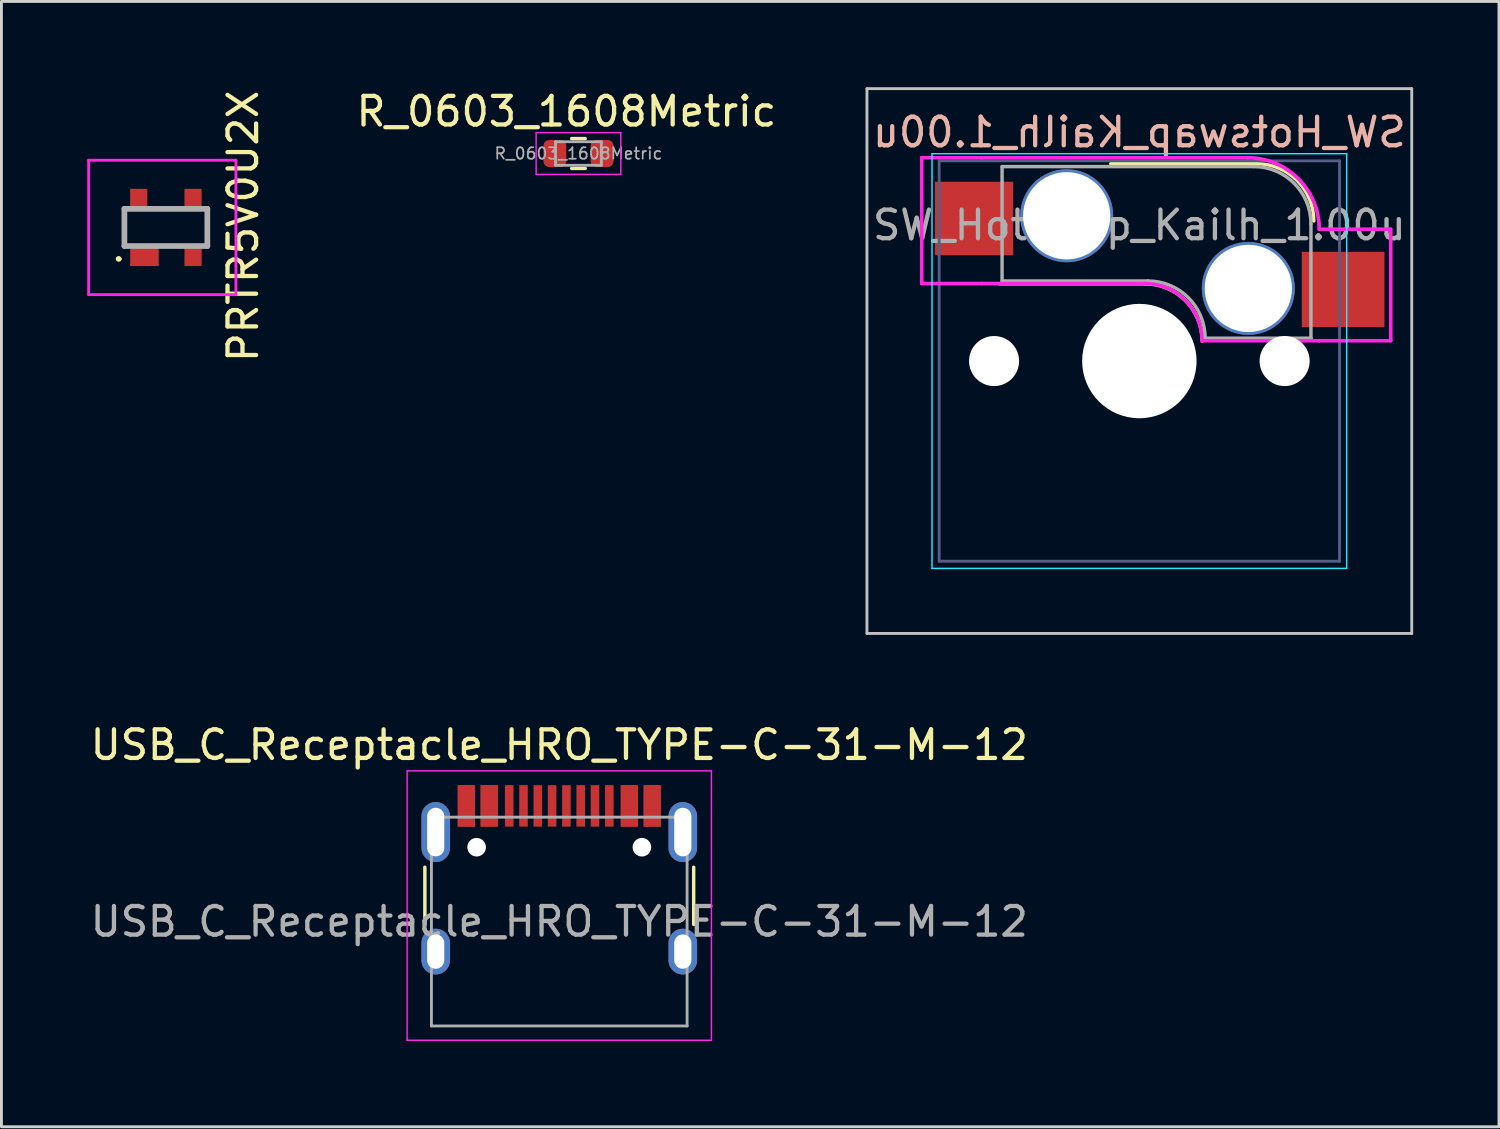
<source format=kicad_pcb>
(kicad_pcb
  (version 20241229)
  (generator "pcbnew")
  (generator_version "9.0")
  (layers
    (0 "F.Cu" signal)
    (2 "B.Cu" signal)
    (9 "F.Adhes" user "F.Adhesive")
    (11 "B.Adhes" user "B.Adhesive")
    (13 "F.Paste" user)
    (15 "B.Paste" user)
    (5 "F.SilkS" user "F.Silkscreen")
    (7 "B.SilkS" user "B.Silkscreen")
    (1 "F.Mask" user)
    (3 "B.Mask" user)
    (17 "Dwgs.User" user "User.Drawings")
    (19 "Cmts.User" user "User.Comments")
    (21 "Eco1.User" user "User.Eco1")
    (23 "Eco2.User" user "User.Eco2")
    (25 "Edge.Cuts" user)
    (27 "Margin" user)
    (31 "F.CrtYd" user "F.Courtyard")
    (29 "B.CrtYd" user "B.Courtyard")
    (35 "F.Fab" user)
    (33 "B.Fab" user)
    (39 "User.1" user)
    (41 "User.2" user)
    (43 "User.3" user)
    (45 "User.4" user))
  (footprint "USB_C_Receptacle_HRO_TYPE-C-31-M-12"
    (layer "F.Cu")
    (at 16.506 29.175)
    (property "Reference" "USB_C_Receptacle_HRO_TYPE-C-31-M-12" (at 0 -6.177 0) (layer "F.SilkS") (effects (font (size 1 1) (thickness 0.15))))
    (attr smd)
    (fp_line (start -4.7 -1.9) (end -4.7 0.1) (stroke (width 0.12) (type solid)) (layer "F.SilkS"))
    (fp_line (start 4.7 -1.9) (end 4.7 0.1) (stroke (width 0.12) (type solid)) (layer "F.SilkS"))
    (fp_line (start -5.32 -5.27) (end -5.32 4.15) (stroke (width 0.05) (type solid)) (layer "F.CrtYd"))
    (fp_line (start -5.32 -5.27) (end 5.32 -5.27) (stroke (width 0.05) (type solid)) (layer "F.CrtYd"))
    (fp_line (start -5.32 4.15) (end 5.32 4.15) (stroke (width 0.05) (type solid)) (layer "F.CrtYd"))
    (fp_line (start 5.32 -5.27) (end 5.32 4.15) (stroke (width 0.05) (type solid)) (layer "F.CrtYd"))
    (fp_line (start -4.47 -3.65) (end -4.47 3.65) (stroke (width 0.1) (type solid)) (layer "F.Fab"))
    (fp_line (start -4.47 -3.65) (end 4.47 -3.65) (stroke (width 0.1) (type solid)) (layer "F.Fab"))
    (fp_line (start -4.47 3.65) (end 4.47 3.65) (stroke (width 0.1) (type solid)) (layer "F.Fab"))
    (fp_line (start 4.47 -3.65) (end 4.47 3.65) (stroke (width 0.1) (type solid)) (layer "F.Fab"))
    (fp_text user "${REFERENCE}" (at 0 0 0) (layer "F.Fab") (effects (font (size 1 1) (thickness 0.15))))
    (pad "" np_thru_hole circle (at -2.89 -2.6) (size 0.65 0.65) (drill 0.65) (layers "*.Cu" "*.Mask"))
    (pad "" np_thru_hole circle (at 2.89 -2.6) (size 0.65 0.65) (drill 0.65) (layers "*.Cu" "*.Mask"))
    (pad "A1" smd rect (at -3.25 -4.045) (size 0.6 1.45) (layers "F.Cu" "F.Mask" "F.Paste"))
    (pad "A4" smd rect (at -2.45 -4.045) (size 0.6 1.45) (layers "F.Cu" "F.Mask" "F.Paste"))
    (pad "A5" smd rect (at -1.25 -4.045) (size 0.3 1.45) (layers "F.Cu" "F.Mask" "F.Paste"))
    (pad "A6" smd rect (at -0.25 -4.045) (size 0.3 1.45) (layers "F.Cu" "F.Mask" "F.Paste"))
    (pad "A7" smd rect (at 0.25 -4.045) (size 0.3 1.45) (layers "F.Cu" "F.Mask" "F.Paste"))
    (pad "A8" smd rect (at 1.25 -4.045) (size 0.3 1.45) (layers "F.Cu" "F.Mask" "F.Paste"))
    (pad "A9" smd rect (at 2.45 -4.045) (size 0.6 1.45) (layers "F.Cu" "F.Mask" "F.Paste"))
    (pad "A12" smd rect (at 3.25 -4.045) (size 0.6 1.45) (layers "F.Cu" "F.Mask" "F.Paste"))
    (pad "B1" smd rect (at 3.25 -4.045) (size 0.6 1.45) (layers "F.Cu" "F.Mask" "F.Paste"))
    (pad "B4" smd rect (at 2.45 -4.045) (size 0.6 1.45) (layers "F.Cu" "F.Mask" "F.Paste"))
    (pad "B5" smd rect (at 1.75 -4.045) (size 0.3 1.45) (layers "F.Cu" "F.Mask" "F.Paste"))
    (pad "B6" smd rect (at 0.75 -4.045) (size 0.3 1.45) (layers "F.Cu" "F.Mask" "F.Paste"))
    (pad "B7" smd rect (at -0.75 -4.045) (size 0.3 1.45) (layers "F.Cu" "F.Mask" "F.Paste"))
    (pad "B8" smd rect (at -1.75 -4.045) (size 0.3 1.45) (layers "F.Cu" "F.Mask" "F.Paste"))
    (pad "B9" smd rect (at -2.45 -4.045) (size 0.6 1.45) (layers "F.Cu" "F.Mask" "F.Paste"))
    (pad "B12" smd rect (at -3.25 -4.045) (size 0.6 1.45) (layers "F.Cu" "F.Mask" "F.Paste"))
    (pad "S1" thru_hole oval (at -4.32 -3.13) (size 1 2.1) (drill oval 0.6 1.7) (layers "*.Cu" "*.Mask"))
    (pad "S1" thru_hole oval (at -4.32 1.05) (size 1 1.6) (drill oval 0.6 1.2) (layers "*.Cu" "*.Mask"))
    (pad "S1" thru_hole oval (at 4.32 -3.13) (size 1 2.1) (drill oval 0.6 1.7) (layers "*.Cu" "*.Mask"))
    (pad "S1" thru_hole oval (at 4.32 1.05) (size 1 1.6) (drill oval 0.6 1.2) (layers "*.Cu" "*.Mask")))
  (footprint "PRTR5V0U2X"
    (layer "F.Cu")
    (at 2.75 4.903)
    (property "Reference" "PRTR5V0U2X" (at 2.7 -0.04 90) (layer "F.SilkS") (effects (font (size 1 1) (thickness 0.15))))
    (attr smd)
    (fp_line (start -1.7 1.1) (end -1.7 1.1) (stroke (width 0.1) (type solid)) (layer "F.SilkS"))
    (fp_line (start -1.6 1.1) (end -1.6 1.1) (stroke (width 0.1) (type solid)) (layer "F.SilkS"))
    (fp_line (start -1.45 -0.65) (end -1.45 0.6) (stroke (width 0.1) (type solid)) (layer "F.SilkS"))
    (fp_line (start 1.45 -0.7) (end 1.45 0.65) (stroke (width 0.1) (type solid)) (layer "F.SilkS"))
    (fp_arc (start -1.7 1.1) (mid -1.65 1.05) (end -1.6 1.1) (stroke (width 0.1) (type solid)) (layer "F.SilkS"))
    (fp_arc (start -1.6 1.1) (mid -1.65 1.15) (end -1.7 1.1) (stroke (width 0.1) (type solid)) (layer "F.SilkS"))
    (fp_line (start -2.7 -2.35) (end 2.45 -2.35) (stroke (width 0.1) (type solid)) (layer "F.CrtYd"))
    (fp_line (start -2.7 2.35) (end -2.7 -2.35) (stroke (width 0.1) (type solid)) (layer "F.CrtYd"))
    (fp_line (start 2.45 -2.35) (end 2.45 2.35) (stroke (width 0.1) (type solid)) (layer "F.CrtYd"))
    (fp_line (start 2.45 2.35) (end -2.7 2.35) (stroke (width 0.1) (type solid)) (layer "F.CrtYd"))
    (fp_line (start -1.45 -0.65) (end 1.45 -0.65) (stroke (width 0.2) (type solid)) (layer "F.Fab"))
    (fp_line (start -1.45 0.65) (end -1.45 -0.65) (stroke (width 0.2) (type solid)) (layer "F.Fab"))
    (fp_line (start 1.45 -0.65) (end 1.45 0.65) (stroke (width 0.2) (type solid)) (layer "F.Fab"))
    (fp_line (start 1.45 0.65) (end -1.45 0.65) (stroke (width 0.2) (type solid)) (layer "F.Fab"))
    (pad "1" smd rect (at -0.75 1 90) (size 0.7 1) (layers "F.Cu" "F.Mask" "F.Paste"))
    (pad "2" smd rect (at 0.95 1) (size 0.6 0.7) (layers "F.Cu" "F.Mask" "F.Paste"))
    (pad "3" smd rect (at 0.95 -1) (size 0.6 0.7) (layers "F.Cu" "F.Mask" "F.Paste"))
    (pad "4" smd rect (at -0.95 -1) (size 0.6 0.7) (layers "F.Cu" "F.Mask" "F.Paste")))
  (footprint "R_0603_1608Metric"
    (layer "F.Cu")
    (at 17.177 2.318)
    (property "Reference" "R_0603_1608Metric" (at -0.42 -1.47 0) (layer "F.SilkS") (effects (font (size 1 1) (thickness 0.15))))
    (attr smd)
    (fp_line (start -0.237 -0.522) (end 0.237 -0.522) (stroke (width 0.12) (type solid)) (layer "F.SilkS"))
    (fp_line (start -0.237 0.522) (end 0.237 0.522) (stroke (width 0.12) (type solid)) (layer "F.SilkS"))
    (fp_line (start -1.48 -0.73) (end 1.48 -0.73) (stroke (width 0.05) (type solid)) (layer "F.CrtYd"))
    (fp_line (start -1.48 0.73) (end -1.48 -0.73) (stroke (width 0.05) (type solid)) (layer "F.CrtYd"))
    (fp_line (start 1.48 -0.73) (end 1.48 0.73) (stroke (width 0.05) (type solid)) (layer "F.CrtYd"))
    (fp_line (start 1.48 0.73) (end -1.48 0.73) (stroke (width 0.05) (type solid)) (layer "F.CrtYd"))
    (fp_line (start -0.8 -0.412) (end 0.8 -0.412) (stroke (width 0.1) (type solid)) (layer "F.Fab"))
    (fp_line (start -0.8 0.412) (end -0.8 -0.412) (stroke (width 0.1) (type solid)) (layer "F.Fab"))
    (fp_line (start 0.8 -0.412) (end 0.8 0.412) (stroke (width 0.1) (type solid)) (layer "F.Fab"))
    (fp_line (start 0.8 0.412) (end -0.8 0.412) (stroke (width 0.1) (type solid)) (layer "F.Fab"))
    (fp_text user "${REFERENCE}" (at 0 0 0) (layer "F.Fab") (effects (font (size 0.4 0.4) (thickness 0.06))))
    (pad "1" smd roundrect (at -0.825 0) (size 0.8 0.95) (layers "F.Cu" "F.Mask" "F.Paste") (roundrect_rratio 0.25))
    (pad "2" smd roundrect (at 0.825 0) (size 0.8 0.95) (layers "F.Cu" "F.Mask" "F.Paste") (roundrect_rratio 0.25)))
  (footprint "SW_Hotswap_Kailh_1.00u"
    (layer "F.Cu")
    (at 36.79 9.575)
    (property "Reference" "SW_Hotswap_Kailh_1.00u" (at 0 -8 0) (layer "B.SilkS") (effects (font (size 1 1) (thickness 0.15)) (justify mirror)))
    (attr smd)
    (fp_line (start 0.2 -2.7) (end -4.9 -2.7) (stroke (width 0.12) (type solid)) (layer "F.SilkS"))
    (fp_line (start 4.1 -6.9) (end -1 -6.9) (stroke (width 0.12) (type solid)) (layer "F.SilkS"))
    (fp_arc (start 0.2 -2.7) (mid 1.614214 -2.114214) (end 2.2 -0.7) (stroke (width 0.12) (type solid)) (layer "F.SilkS"))
    (fp_arc (start 4.1 -6.9) (mid 5.514214 -6.314214) (end 6.1 -4.9) (stroke (width 0.12) (type solid)) (layer "F.SilkS"))
    (fp_line (start -9.525 -9.525) (end 9.525 -9.525) (stroke (width 0.1) (type solid)) (layer "Dwgs.User"))
    (fp_line (start -9.525 9.525) (end -9.525 -9.525) (stroke (width 0.1) (type solid)) (layer "Dwgs.User"))
    (fp_line (start 9.525 -9.525) (end 9.525 9.525) (stroke (width 0.1) (type solid)) (layer "Dwgs.User"))
    (fp_line (start 9.525 9.525) (end -9.525 9.525) (stroke (width 0.1) (type solid)) (layer "Dwgs.User"))
    (fp_line (start -7.25 -7.25) (end 7.25 -7.25) (stroke (width 0.05) (type solid)) (layer "B.CrtYd"))
    (fp_line (start -7.25 7.25) (end -7.25 -7.25) (stroke (width 0.05) (type solid)) (layer "B.CrtYd"))
    (fp_line (start 7.25 -7.25) (end 7.25 7.25) (stroke (width 0.05) (type solid)) (layer "B.CrtYd"))
    (fp_line (start 7.25 7.25) (end -7.25 7.25) (stroke (width 0.05) (type solid)) (layer "B.CrtYd"))
    (fp_line (start -7.61 -7.11) (end -7.61 -2.71) (stroke (width 0.127) (type solid)) (layer "F.CrtYd"))
    (fp_line (start -7.61 -2.71) (end -5.51 -2.71) (stroke (width 0.127) (type solid)) (layer "F.CrtYd"))
    (fp_line (start -5.51 -7.11) (end -7.61 -7.11) (stroke (width 0.127) (type solid)) (layer "F.CrtYd"))
    (fp_line (start -5.51 -7.11) (end 3.79 -7.11) (stroke (width 0.127) (type solid)) (layer "F.CrtYd"))
    (fp_line (start 0.19 -2.71) (end -5.51 -2.71) (stroke (width 0.127) (type solid)) (layer "F.CrtYd"))
    (fp_line (start 6.29 -4.61) (end 8.79 -4.61) (stroke (width 0.127) (type solid)) (layer "F.CrtYd"))
    (fp_line (start 6.29 -0.71) (end 2.19 -0.71) (stroke (width 0.127) (type solid)) (layer "F.CrtYd"))
    (fp_line (start 8.79 -4.61) (end 8.79 -0.71) (stroke (width 0.127) (type solid)) (layer "F.CrtYd"))
    (fp_line (start 8.79 -0.71) (end 6.29 -0.71) (stroke (width 0.127) (type solid)) (layer "F.CrtYd"))
    (fp_arc (start 0.19 -2.71) (mid 1.604214 -2.124214) (end 2.19 -0.71) (stroke (width 0.127) (type solid)) (layer "F.CrtYd"))
    (fp_arc (start 3.79 -7.11) (mid 5.557767 -6.377767) (end 6.29 -4.61) (stroke (width 0.127) (type solid)) (layer "F.CrtYd"))
    (fp_line (start -7 -7) (end 7 -7) (stroke (width 0.1) (type solid)) (layer "B.Fab"))
    (fp_line (start -7 7) (end -7 -7) (stroke (width 0.1) (type solid)) (layer "B.Fab"))
    (fp_line (start 7 -7) (end 7 7) (stroke (width 0.1) (type solid)) (layer "B.Fab"))
    (fp_line (start 7 7) (end -7 7) (stroke (width 0.1) (type solid)) (layer "B.Fab"))
    (fp_line (start -4.8 -6.8) (end -4.8 -2.8) (stroke (width 0.12) (type solid)) (layer "F.Fab"))
    (fp_line (start 0.3 -2.8) (end -4.8 -2.8) (stroke (width 0.12) (type solid)) (layer "F.Fab"))
    (fp_line (start 4 -6.8) (end -4.8 -6.8) (stroke (width 0.12) (type solid)) (layer "F.Fab"))
    (fp_line (start 6 -0.8) (end 2.3 -0.8) (stroke (width 0.12) (type solid)) (layer "F.Fab"))
    (fp_line (start 6 -0.8) (end 6 -4.8) (stroke (width 0.12) (type solid)) (layer "F.Fab"))
    (fp_arc (start 0.3 -2.8) (mid 1.714214 -2.214214) (end 2.3 -0.8) (stroke (width 0.12) (type solid)) (layer "F.Fab"))
    (fp_arc (start 4 -6.8) (mid 5.414214 -6.214214) (end 6 -4.8) (stroke (width 0.12) (type solid)) (layer "F.Fab"))
    (fp_text user "${REFERENCE}" (at 0 -4.75 0) (layer "F.Fab") (effects (font (size 1 1) (thickness 0.15))))
    (pad "" np_thru_hole circle (at -5.08 0 180) (size 1.75 1.75) (drill 1.75) (layers "*.Cu" "*.Mask"))
    (pad "" np_thru_hole circle (at -2.54 -5.08 180) (size 3.25 3.25) (drill 3.05) (layers "*.Cu" "*.Mask"))
    (pad "" np_thru_hole circle (at 0 0 180) (size 4 4) (drill 4) (layers "*.Cu" "*.Mask"))
    (pad "" np_thru_hole circle (at 3.81 -2.54 180) (size 3.25 3.25) (drill 3.05) (layers "*.Cu" "*.Mask"))
    (pad "" np_thru_hole circle (at 5.08 0 180) (size 1.75 1.75) (drill 1.75) (layers "*.Cu" "*.Mask"))
    (pad "1" smd rect (at -5.78 -4.985 180) (size 2.74 2.57) (layers "F.Cu" "F.Mask" "F.Paste"))
    (pad "2" smd rect (at 7.125 -2.505 180) (size 2.89 2.63) (layers "F.Cu" "F.Mask" "F.Paste")))
  (gr_rect
    (start -3 -3)
    (end 49.365 36.35)
    (stroke (width 0.1) (type default))
    (fill no)
    (layer "Edge.Cuts")))
</source>
